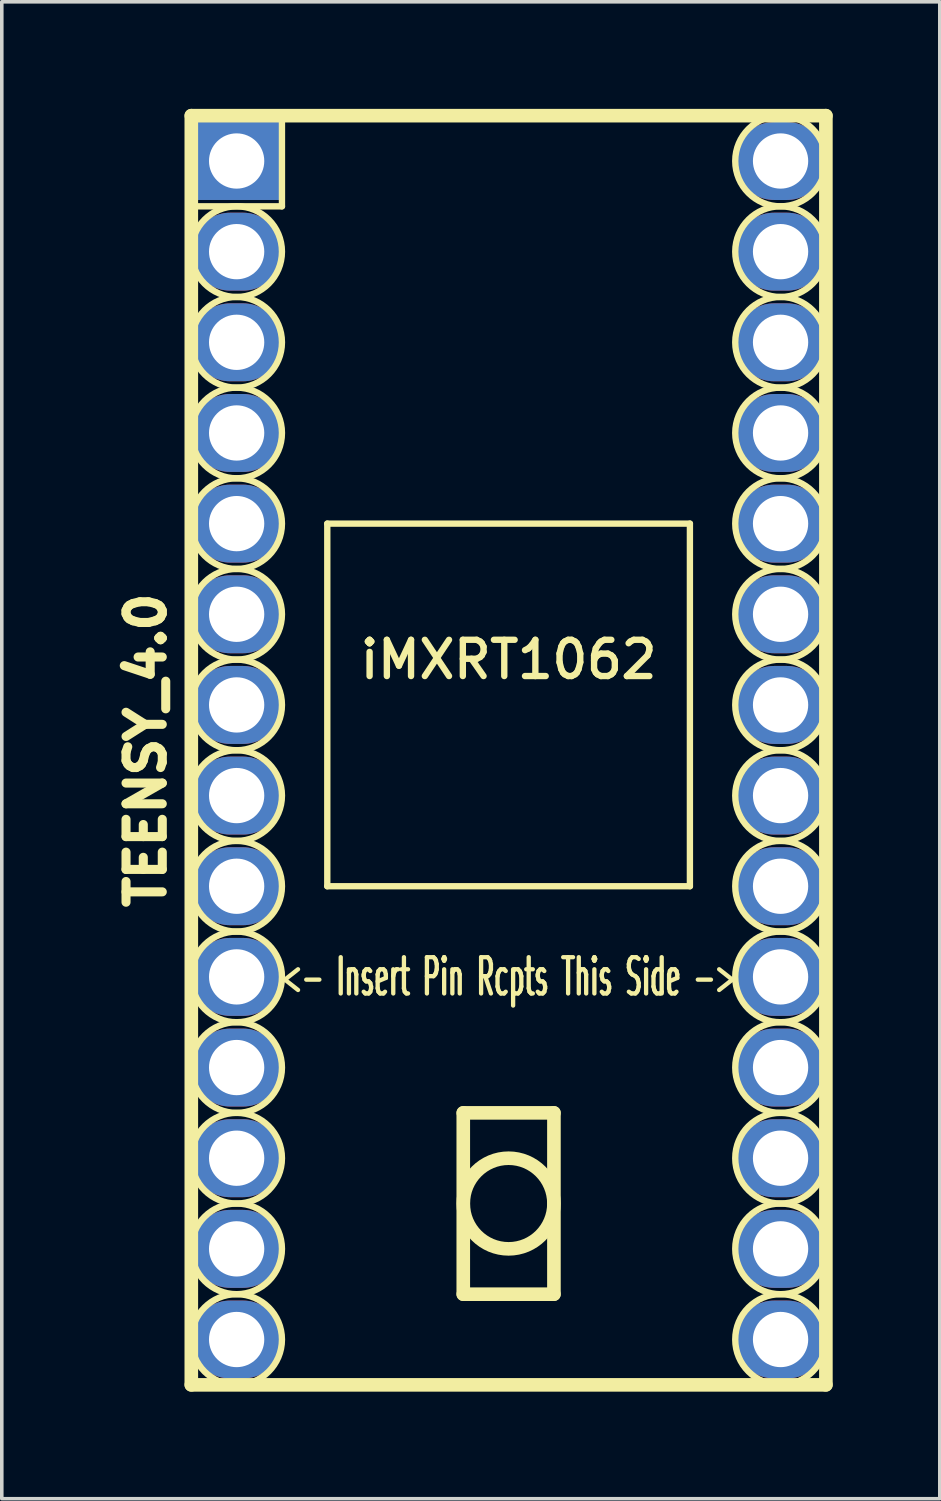
<source format=kicad_pcb>
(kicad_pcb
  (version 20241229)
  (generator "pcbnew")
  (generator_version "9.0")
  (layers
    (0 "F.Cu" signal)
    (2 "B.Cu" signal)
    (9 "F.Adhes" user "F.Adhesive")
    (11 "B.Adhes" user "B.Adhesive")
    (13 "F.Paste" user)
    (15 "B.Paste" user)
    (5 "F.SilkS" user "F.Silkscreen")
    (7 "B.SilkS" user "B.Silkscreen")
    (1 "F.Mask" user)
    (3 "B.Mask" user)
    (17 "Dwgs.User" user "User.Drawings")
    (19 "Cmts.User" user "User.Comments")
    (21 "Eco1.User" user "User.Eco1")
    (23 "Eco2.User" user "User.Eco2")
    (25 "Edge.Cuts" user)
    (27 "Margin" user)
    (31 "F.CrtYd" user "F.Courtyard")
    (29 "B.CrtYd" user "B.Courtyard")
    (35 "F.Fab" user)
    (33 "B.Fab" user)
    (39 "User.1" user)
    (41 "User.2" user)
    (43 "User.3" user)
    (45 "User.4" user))
  (footprint "TEENSY_4.0"
    (layer "F.Cu")
    (at 11.2 17.971)
    (property "Reference" "TEENSY_4.0" (at -10.16 0 90) (layer "F.SilkS") (effects (font (size 1.016 1.016) (thickness 0.254))))
    (attr through_hole)
    (fp_line (start -8.89 -17.78) (end -8.89 17.78) (stroke (width 0.381) (type solid)) (layer "F.SilkS"))
    (fp_line (start -8.89 -15.24) (end -6.35 -15.24) (stroke (width 0.178) (type solid)) (layer "F.SilkS"))
    (fp_line (start -8.89 17.78) (end 8.89 17.78) (stroke (width 0.381) (type solid)) (layer "F.SilkS"))
    (fp_line (start -6.35 -15.24) (end -6.35 -17.78) (stroke (width 0.178) (type solid)) (layer "F.SilkS"))
    (fp_line (start -5.08 -6.35) (end -5.08 3.81) (stroke (width 0.178) (type solid)) (layer "F.SilkS"))
    (fp_line (start -5.08 3.81) (end 5.08 3.81) (stroke (width 0.178) (type solid)) (layer "F.SilkS"))
    (fp_line (start -1.27 10.16) (end -1.27 15.24) (stroke (width 0.381) (type solid)) (layer "F.SilkS"))
    (fp_line (start -1.27 15.24) (end 1.27 15.24) (stroke (width 0.381) (type solid)) (layer "F.SilkS"))
    (fp_line (start 1.27 10.16) (end -1.27 10.16) (stroke (width 0.381) (type solid)) (layer "F.SilkS"))
    (fp_line (start 1.27 15.24) (end 1.27 10.16) (stroke (width 0.381) (type solid)) (layer "F.SilkS"))
    (fp_line (start 5.08 -6.35) (end -5.08 -6.35) (stroke (width 0.178) (type solid)) (layer "F.SilkS"))
    (fp_line (start 5.08 3.81) (end 5.08 -6.35) (stroke (width 0.178) (type solid)) (layer "F.SilkS"))
    (fp_line (start 8.89 -17.78) (end -8.89 -17.78) (stroke (width 0.381) (type solid)) (layer "F.SilkS"))
    (fp_line (start 8.89 17.78) (end 8.89 -17.78) (stroke (width 0.381) (type solid)) (layer "F.SilkS"))
    (fp_circle (center -7.62 -13.97) (end -6.35 -13.97) (stroke (width 0.178) (type solid)) (fill no) (layer "F.SilkS"))
    (fp_circle (center -7.62 -11.43) (end -6.35 -11.43) (stroke (width 0.178) (type solid)) (fill no) (layer "F.SilkS"))
    (fp_circle (center -7.62 -8.89) (end -6.35 -8.89) (stroke (width 0.178) (type solid)) (fill no) (layer "F.SilkS"))
    (fp_circle (center -7.62 -6.35) (end -6.35 -6.35) (stroke (width 0.178) (type solid)) (fill no) (layer "F.SilkS"))
    (fp_circle (center -7.62 -3.81) (end -6.35 -3.81) (stroke (width 0.178) (type solid)) (fill no) (layer "F.SilkS"))
    (fp_circle (center -7.62 -1.27) (end -6.35 -1.27) (stroke (width 0.178) (type solid)) (fill no) (layer "F.SilkS"))
    (fp_circle (center -7.62 1.27) (end -6.35 1.27) (stroke (width 0.178) (type solid)) (fill no) (layer "F.SilkS"))
    (fp_circle (center -7.62 3.81) (end -6.35 3.81) (stroke (width 0.178) (type solid)) (fill no) (layer "F.SilkS"))
    (fp_circle (center -7.62 6.35) (end -6.35 6.35) (stroke (width 0.178) (type solid)) (fill no) (layer "F.SilkS"))
    (fp_circle (center -7.62 8.89) (end -6.35 8.89) (stroke (width 0.178) (type solid)) (fill no) (layer "F.SilkS"))
    (fp_circle (center -7.62 11.43) (end -6.35 11.43) (stroke (width 0.178) (type solid)) (fill no) (layer "F.SilkS"))
    (fp_circle (center -7.62 13.97) (end -6.35 13.97) (stroke (width 0.178) (type solid)) (fill no) (layer "F.SilkS"))
    (fp_circle (center -7.62 16.51) (end -6.35 16.51) (stroke (width 0.178) (type solid)) (fill no) (layer "F.SilkS"))
    (fp_circle (center 0 12.7) (end -1.27 12.7) (stroke (width 0.381) (type solid)) (fill no) (layer "F.SilkS"))
    (fp_circle (center 7.62 -16.51) (end 8.89 -16.51) (stroke (width 0.178) (type solid)) (fill no) (layer "F.SilkS"))
    (fp_circle (center 7.62 -13.97) (end 8.89 -13.97) (stroke (width 0.178) (type solid)) (fill no) (layer "F.SilkS"))
    (fp_circle (center 7.62 -11.43) (end 8.89 -11.43) (stroke (width 0.178) (type solid)) (fill no) (layer "F.SilkS"))
    (fp_circle (center 7.62 -8.89) (end 8.89 -8.89) (stroke (width 0.178) (type solid)) (fill no) (layer "F.SilkS"))
    (fp_circle (center 7.62 -6.35) (end 8.89 -6.35) (stroke (width 0.178) (type solid)) (fill no) (layer "F.SilkS"))
    (fp_circle (center 7.62 -3.81) (end 8.89 -3.81) (stroke (width 0.178) (type solid)) (fill no) (layer "F.SilkS"))
    (fp_circle (center 7.62 -1.27) (end 8.89 -1.27) (stroke (width 0.178) (type solid)) (fill no) (layer "F.SilkS"))
    (fp_circle (center 7.62 1.27) (end 8.89 1.27) (stroke (width 0.178) (type solid)) (fill no) (layer "F.SilkS"))
    (fp_circle (center 7.62 3.81) (end 8.89 3.81) (stroke (width 0.178) (type solid)) (fill no) (layer "F.SilkS"))
    (fp_circle (center 7.62 6.35) (end 8.89 6.35) (stroke (width 0.178) (type solid)) (fill no) (layer "F.SilkS"))
    (fp_circle (center 7.62 8.89) (end 8.89 8.89) (stroke (width 0.178) (type solid)) (fill no) (layer "F.SilkS"))
    (fp_circle (center 7.62 11.43) (end 8.89 11.43) (stroke (width 0.178) (type solid)) (fill no) (layer "F.SilkS"))
    (fp_circle (center 7.62 13.97) (end 8.89 13.97) (stroke (width 0.178) (type solid)) (fill no) (layer "F.SilkS"))
    (fp_circle (center 7.62 16.51) (end 8.89 16.51) (stroke (width 0.178) (type solid)) (fill no) (layer "F.SilkS"))
    (fp_text user "<- Insert Pin Rcpts This Side ->" (at 0 6.35 0) (layer "F.SilkS") (effects (font (size 1.016 0.483) (thickness 0.121))))
    (fp_text user "iMXRT1062" (at 0 -2.54 0) (layer "F.SilkS") (effects (font (size 1.016 1.016) (thickness 0.178))))
    (pad "" thru_hole oval (at 7.62 -13.97) (size 2.54 2.184) (drill 1.549) (layers "*.Cu" "*.Mask"))
    (pad "0" thru_hole oval (at -7.62 -13.97) (size 2.54 2.184) (drill 1.549) (layers "*.Cu" "*.Mask"))
    (pad "1" thru_hole oval (at -7.62 -11.43) (size 2.54 2.184) (drill 1.549) (layers "*.Cu" "*.Mask"))
    (pad "2" thru_hole oval (at -7.62 -8.89) (size 2.54 2.184) (drill 1.549) (layers "*.Cu" "*.Mask"))
    (pad "3" thru_hole oval (at -7.62 -6.35) (size 2.54 2.184) (drill 1.549) (layers "*.Cu" "*.Mask"))
    (pad "3V3" thru_hole oval (at 7.62 -11.43) (size 2.54 2.184) (drill 1.549) (layers "*.Cu" "*.Mask"))
    (pad "4" thru_hole oval (at -7.62 -3.81) (size 2.54 2.184) (drill 1.549) (layers "*.Cu" "*.Mask"))
    (pad "5" thru_hole oval (at -7.62 -1.27) (size 2.54 2.184) (drill 1.549) (layers "*.Cu" "*.Mask"))
    (pad "6" thru_hole oval (at -7.62 1.27) (size 2.54 2.184) (drill 1.549) (layers "*.Cu" "*.Mask"))
    (pad "7" thru_hole oval (at -7.62 3.81) (size 2.54 2.184) (drill 1.549) (layers "*.Cu" "*.Mask"))
    (pad "8" thru_hole oval (at -7.62 6.35) (size 2.54 2.184) (drill 1.549) (layers "*.Cu" "*.Mask"))
    (pad "9" thru_hole oval (at -7.62 8.89) (size 2.54 2.184) (drill 1.549) (layers "*.Cu" "*.Mask"))
    (pad "10" thru_hole oval (at -7.62 11.43) (size 2.54 2.184) (drill 1.549) (layers "*.Cu" "*.Mask"))
    (pad "11" thru_hole oval (at -7.62 13.97) (size 2.54 2.184) (drill 1.549) (layers "*.Cu" "*.Mask"))
    (pad "12" thru_hole oval (at -7.62 16.51) (size 2.54 2.184) (drill 1.549) (layers "*.Cu" "*.Mask"))
    (pad "13" thru_hole oval (at 7.62 16.51) (size 2.54 2.184) (drill 1.549) (layers "*.Cu" "*.Mask"))
    (pad "14" thru_hole oval (at 7.62 13.97) (size 2.54 2.184) (drill 1.549) (layers "*.Cu" "*.Mask"))
    (pad "15" thru_hole oval (at 7.62 11.43) (size 2.54 2.184) (drill 1.549) (layers "*.Cu" "*.Mask"))
    (pad "16" thru_hole oval (at 7.62 8.89) (size 2.54 2.184) (drill 1.549) (layers "*.Cu" "*.Mask"))
    (pad "17" thru_hole oval (at 7.62 6.35) (size 2.54 2.184) (drill 1.549) (layers "*.Cu" "*.Mask"))
    (pad "18" thru_hole oval (at 7.62 3.81) (size 2.54 2.184) (drill 1.549) (layers "*.Cu" "*.Mask"))
    (pad "19" thru_hole oval (at 7.62 1.27) (size 2.54 2.184) (drill 1.549) (layers "*.Cu" "*.Mask"))
    (pad "20" thru_hole oval (at 7.62 -1.27) (size 2.54 2.184) (drill 1.549) (layers "*.Cu" "*.Mask"))
    (pad "21" thru_hole oval (at 7.62 -3.81) (size 2.54 2.184) (drill 1.549) (layers "*.Cu" "*.Mask"))
    (pad "22" thru_hole oval (at 7.62 -6.35) (size 2.54 2.184) (drill 1.549) (layers "*.Cu" "*.Mask"))
    (pad "23" thru_hole oval (at 7.62 -8.89) (size 2.54 2.184) (drill 1.549) (layers "*.Cu" "*.Mask"))
    (pad "GND" thru_hole rect (at -7.62 -16.51) (size 2.54 2.184) (drill 1.549) (layers "*.Cu" "*.Mask"))
    (pad "V_IN" thru_hole oval (at 7.62 -16.51) (size 2.54 2.184) (drill 1.549) (layers "*.Cu" "*.Mask")))
  (gr_rect
    (start -3 -3)
    (end 23.281 38.941)
    (stroke (width 0.1) (type default))
    (fill no)
    (layer "Edge.Cuts")))
</source>
